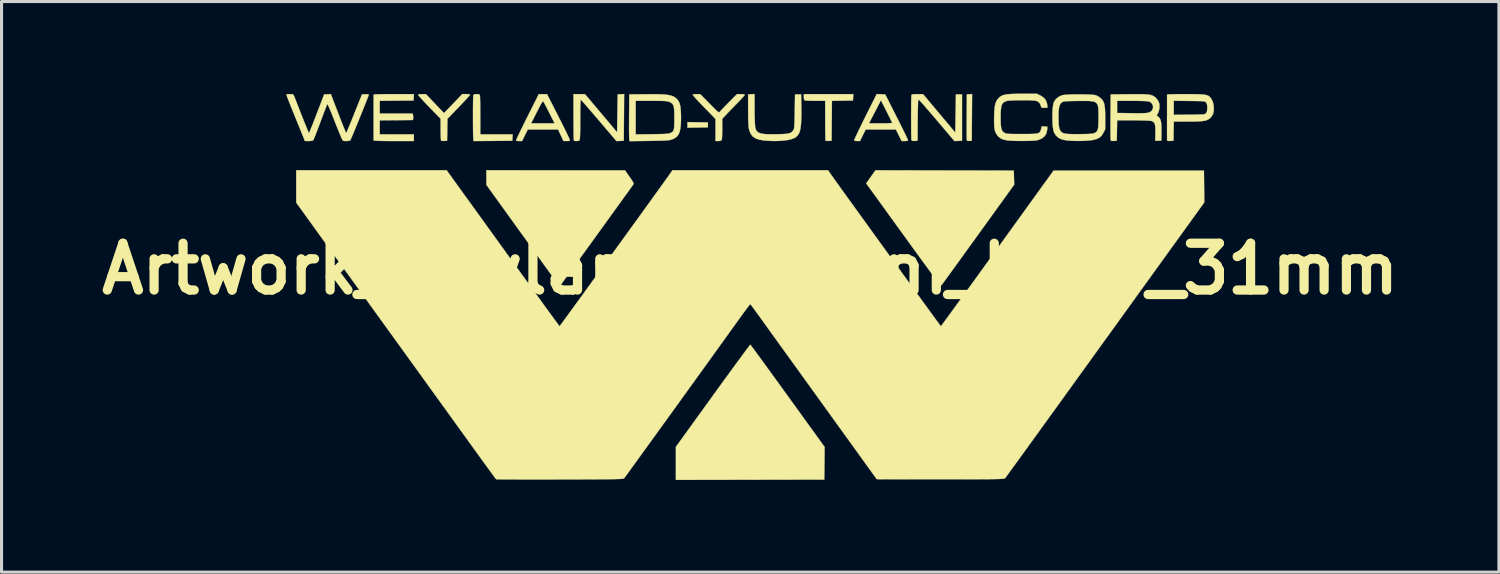
<source format=kicad_pcb>
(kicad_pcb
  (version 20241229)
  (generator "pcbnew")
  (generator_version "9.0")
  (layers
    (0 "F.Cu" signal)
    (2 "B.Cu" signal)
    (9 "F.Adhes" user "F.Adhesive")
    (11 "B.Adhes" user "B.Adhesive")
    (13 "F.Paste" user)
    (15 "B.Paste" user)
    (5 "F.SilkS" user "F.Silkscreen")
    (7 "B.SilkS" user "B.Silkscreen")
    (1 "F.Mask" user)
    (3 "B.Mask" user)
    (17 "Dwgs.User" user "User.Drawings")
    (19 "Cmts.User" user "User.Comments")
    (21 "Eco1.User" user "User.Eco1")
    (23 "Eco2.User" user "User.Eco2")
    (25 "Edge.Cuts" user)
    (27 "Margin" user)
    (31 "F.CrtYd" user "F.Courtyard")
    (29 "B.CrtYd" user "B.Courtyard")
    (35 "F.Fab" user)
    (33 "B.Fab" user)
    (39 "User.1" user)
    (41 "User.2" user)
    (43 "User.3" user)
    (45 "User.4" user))
  (footprint "Artwork_Weyland-Yutani_Logo_31mm"
    (layer "F.Cu")
    (at 21.38 6.305)
    (property "Reference" "Artwork_Weyland-Yutani_Logo_31mm" (at 0 -0.6 0) (layer "F.SilkS") (effects (font (size 1.524 1.524) (thickness 0.3))))
    (attr through_hole)
    (fp_poly (pts (xy -1.712 -5.373) (xy -1.379 -5.368) (xy -1.379 -5.209) (xy -2.044 -5.198) (xy -2.044 -5.379) (xy -1.712 -5.373)) (stroke (width 0.01) (type solid)) (fill yes) (layer "F.SilkS"))
    (fp_poly (pts (xy 7.213 -4.772) (xy 7.139 -4.766) (xy 7.08 -4.769) (xy 7.054 -4.786) (xy 7.052 -4.811) (xy 7.05 -4.872) (xy 7.049 -4.963) (xy 7.048 -5.079) (xy 7.048 -5.217) (xy 7.048 -5.372) (xy 7.049 -5.54) (xy 7.049 -5.546) (xy 7.054 -6.281) (xy 7.139 -6.287) (xy 7.224 -6.293) (xy 7.213 -4.772)) (stroke (width 0.01) (type solid)) (fill yes) (layer "F.SilkS"))
    (fp_poly (pts (xy 3.35 -6.186) (xy 3.344 -6.082) (xy 3.002 -6.077) (xy 2.66 -6.071) (xy 2.654 -5.422) (xy 2.649 -4.772) (xy 2.559 -4.767) (xy 2.502 -4.766) (xy 2.463 -4.771) (xy 2.455 -4.775) (xy 2.451 -4.797) (xy 2.448 -4.855) (xy 2.446 -4.942) (xy 2.443 -5.055) (xy 2.442 -5.188) (xy 2.441 -5.337) (xy 2.441 -5.431) (xy 2.441 -6.072) (xy 2.125 -6.072) (xy 2.015 -6.073) (xy 1.918 -6.075) (xy 1.84 -6.078) (xy 1.791 -6.082) (xy 1.778 -6.084) (xy 1.757 -6.106) (xy 1.747 -6.156) (xy 1.746 -6.193) (xy 1.746 -6.29) (xy 3.356 -6.29) (xy 3.35 -6.186)) (stroke (width 0.01) (type solid)) (fill yes) (layer "F.SilkS"))
    (fp_poly (pts (xy 0.017 1.886) (xy 0.052 1.933) (xy 0.107 2.007) (xy 0.181 2.108) (xy 0.272 2.232) (xy 0.378 2.377) (xy 0.499 2.542) (xy 0.631 2.724) (xy 0.774 2.922) (xy 0.927 3.132) (xy 1.087 3.354) (xy 1.22 3.538) (xy 2.422 5.201) (xy 2.411 6.261) (xy -0.005 6.266) (xy -2.421 6.271) (xy -2.421 5.196) (xy -1.217 3.53) (xy -1.052 3.301) (xy -0.893 3.082) (xy -0.742 2.875) (xy -0.6 2.681) (xy -0.47 2.502) (xy -0.352 2.342) (xy -0.249 2.201) (xy -0.161 2.082) (xy -0.09 1.988) (xy -0.038 1.92) (xy -0.007 1.88) (xy 0.003 1.87) (xy 0.017 1.886)) (stroke (width 0.01) (type solid)) (fill yes) (layer "F.SilkS"))
    (fp_poly (pts (xy -8.851 -6.288) (xy -8.82 -6.277) (xy -8.805 -6.252) (xy -8.803 -6.246) (xy -8.8 -6.215) (xy -8.798 -6.15) (xy -8.795 -6.056) (xy -8.793 -5.938) (xy -8.792 -5.802) (xy -8.791 -5.652) (xy -8.791 -5.591) (xy -8.791 -4.981) (xy -7.737 -4.981) (xy -7.749 -4.772) (xy -8.377 -4.767) (xy -9.004 -4.762) (xy -9.016 -4.807) (xy -9.019 -4.838) (xy -9.022 -4.903) (xy -9.024 -4.995) (xy -9.026 -5.11) (xy -9.027 -5.242) (xy -9.028 -5.385) (xy -9.028 -5.533) (xy -9.028 -5.682) (xy -9.028 -5.825) (xy -9.026 -5.956) (xy -9.025 -6.071) (xy -9.023 -6.163) (xy -9.02 -6.228) (xy -9.017 -6.258) (xy -9.017 -6.259) (xy -8.994 -6.28) (xy -8.943 -6.29) (xy -8.91 -6.29) (xy -8.851 -6.288)) (stroke (width 0.01) (type solid)) (fill yes) (layer "F.SilkS"))
    (fp_poly (pts (xy -9.253 -6.291) (xy -9.188 -6.289) (xy -9.14 -6.283) (xy -9.121 -6.276) (xy -9.132 -6.258) (xy -9.167 -6.216) (xy -9.223 -6.153) (xy -9.297 -6.073) (xy -9.384 -5.981) (xy -9.481 -5.879) (xy -9.486 -5.874) (xy -9.86 -5.487) (xy -9.866 -5.13) (xy -9.872 -4.772) (xy -9.962 -4.767) (xy -10.019 -4.766) (xy -10.059 -4.771) (xy -10.066 -4.775) (xy -10.071 -4.798) (xy -10.075 -4.855) (xy -10.078 -4.938) (xy -10.081 -5.04) (xy -10.081 -5.138) (xy -10.082 -5.487) (xy -10.447 -5.864) (xy -10.545 -5.965) (xy -10.633 -6.058) (xy -10.707 -6.139) (xy -10.765 -6.203) (xy -10.802 -6.247) (xy -10.814 -6.266) (xy -10.799 -6.281) (xy -10.751 -6.289) (xy -10.688 -6.29) (xy -10.561 -6.29) (xy -10.267 -5.981) (xy -9.972 -5.671) (xy -9.674 -5.981) (xy -9.376 -6.292) (xy -9.253 -6.291)) (stroke (width 0.01) (type solid)) (fill yes) (layer "F.SilkS"))
    (fp_poly (pts (xy -10.958 -6.186) (xy -10.964 -6.082) (xy -12.065 -6.072) (xy -12.065 -5.655) (xy -10.994 -5.655) (xy -10.982 -5.608) (xy -10.976 -5.552) (xy -10.977 -5.504) (xy -10.984 -5.447) (xy -11.524 -5.442) (xy -12.065 -5.437) (xy -12.065 -4.981) (xy -10.954 -4.981) (xy -10.954 -4.763) (xy -11.609 -4.763) (xy -11.807 -4.763) (xy -11.97 -4.765) (xy -12.099 -4.768) (xy -12.192 -4.772) (xy -12.247 -4.777) (xy -12.264 -4.782) (xy -12.264 -4.806) (xy -12.264 -4.865) (xy -12.264 -4.954) (xy -12.264 -5.07) (xy -12.264 -5.207) (xy -12.264 -5.361) (xy -12.264 -5.526) (xy -12.264 -5.693) (xy -12.264 -5.846) (xy -12.264 -5.983) (xy -12.264 -6.099) (xy -12.264 -6.188) (xy -12.264 -6.247) (xy -12.264 -6.271) (xy -12.244 -6.277) (xy -12.186 -6.282) (xy -12.09 -6.285) (xy -11.958 -6.288) (xy -11.792 -6.29) (xy -11.608 -6.29) (xy -10.952 -6.29) (xy -10.958 -6.186)) (stroke (width 0.01) (type solid)) (fill yes) (layer "F.SilkS"))
    (fp_poly (pts (xy -4.118 -4.772) (xy -4.356 -4.761) (xy -4.93 -5.436) (xy -5.05 -5.576) (xy -5.161 -5.706) (xy -5.263 -5.823) (xy -5.351 -5.925) (xy -5.423 -6.007) (xy -5.478 -6.068) (xy -5.511 -6.103) (xy -5.521 -6.112) (xy -5.524 -6.093) (xy -5.528 -6.039) (xy -5.531 -5.954) (xy -5.533 -5.844) (xy -5.535 -5.712) (xy -5.536 -5.565) (xy -5.536 -5.461) (xy -5.537 -5.268) (xy -5.538 -5.111) (xy -5.541 -4.989) (xy -5.544 -4.898) (xy -5.549 -4.835) (xy -5.555 -4.799) (xy -5.56 -4.786) (xy -5.594 -4.771) (xy -5.647 -4.763) (xy -5.701 -4.764) (xy -5.738 -4.773) (xy -5.741 -4.776) (xy -5.744 -4.798) (xy -5.747 -4.855) (xy -5.75 -4.944) (xy -5.752 -5.058) (xy -5.753 -5.195) (xy -5.754 -5.349) (xy -5.755 -5.517) (xy -5.755 -5.54) (xy -5.755 -6.29) (xy -5.383 -6.29) (xy -4.859 -5.669) (xy -4.336 -5.048) (xy -4.326 -5.664) (xy -4.316 -6.281) (xy -4.212 -6.287) (xy -4.107 -6.293) (xy -4.118 -4.772)) (stroke (width 0.01) (type solid)) (fill yes) (layer "F.SilkS"))
    (fp_poly (pts (xy 6.33 -3.805) (xy 8.582 -3.8) (xy 8.588 -3.571) (xy 8.594 -3.342) (xy 7.421 -1.716) (xy 7.257 -1.489) (xy 7.1 -1.272) (xy 6.951 -1.065) (xy 6.811 -0.872) (xy 6.682 -0.694) (xy 6.566 -0.533) (xy 6.464 -0.393) (xy 6.378 -0.274) (xy 6.309 -0.18) (xy 6.259 -0.112) (xy 6.23 -0.073) (xy 6.223 -0.063) (xy 6.215 -0.064) (xy 6.199 -0.077) (xy 6.174 -0.103) (xy 6.139 -0.145) (xy 6.093 -0.203) (xy 6.033 -0.28) (xy 5.96 -0.377) (xy 5.872 -0.495) (xy 5.768 -0.637) (xy 5.646 -0.803) (xy 5.505 -0.996) (xy 5.345 -1.217) (xy 5.163 -1.468) (xy 5.045 -1.631) (xy 4.882 -1.857) (xy 4.724 -2.074) (xy 4.574 -2.281) (xy 4.433 -2.476) (xy 4.303 -2.656) (xy 4.185 -2.819) (xy 4.082 -2.962) (xy 3.994 -3.083) (xy 3.923 -3.181) (xy 3.872 -3.252) (xy 3.841 -3.294) (xy 3.834 -3.304) (xy 3.775 -3.383) (xy 3.927 -3.597) (xy 4.078 -3.81) (xy 6.33 -3.805)) (stroke (width 0.01) (type solid)) (fill yes) (layer "F.SilkS"))
    (fp_poly (pts (xy 4.395 -6.281) (xy 4.767 -5.546) (xy 4.847 -5.388) (xy 4.921 -5.24) (xy 4.987 -5.107) (xy 5.044 -4.991) (xy 5.089 -4.898) (xy 5.121 -4.831) (xy 5.137 -4.793) (xy 5.139 -4.787) (xy 5.121 -4.771) (xy 5.067 -4.763) (xy 5.035 -4.763) (xy 4.93 -4.763) (xy 4.743 -5.14) (xy 3.759 -5.14) (xy 3.572 -4.763) (xy 3.484 -4.763) (xy 3.428 -4.766) (xy 3.391 -4.776) (xy 3.384 -4.781) (xy 3.39 -4.802) (xy 3.412 -4.855) (xy 3.449 -4.936) (xy 3.498 -5.041) (xy 3.558 -5.166) (xy 3.627 -5.308) (xy 3.642 -5.338) (xy 3.866 -5.338) (xy 4.245 -5.338) (xy 4.363 -5.339) (xy 4.465 -5.341) (xy 4.547 -5.344) (xy 4.601 -5.348) (xy 4.622 -5.352) (xy 4.623 -5.353) (xy 4.614 -5.374) (xy 4.59 -5.426) (xy 4.553 -5.501) (xy 4.506 -5.596) (xy 4.452 -5.703) (xy 4.439 -5.73) (xy 4.256 -6.092) (xy 4.061 -5.715) (xy 3.866 -5.338) (xy 3.642 -5.338) (xy 3.703 -5.462) (xy 3.745 -5.546) (xy 4.118 -6.292) (xy 4.395 -6.281)) (stroke (width 0.01) (type solid)) (fill yes) (layer "F.SilkS"))
    (fp_poly (pts (xy -6.618 -6.29) (xy -6.246 -5.559) (xy -6.166 -5.4) (xy -6.091 -5.252) (xy -6.025 -5.118) (xy -5.968 -5.002) (xy -5.923 -4.908) (xy -5.892 -4.84) (xy -5.875 -4.801) (xy -5.874 -4.795) (xy -5.882 -4.775) (xy -5.911 -4.766) (xy -5.971 -4.763) (xy -5.978 -4.763) (xy -6.082 -4.764) (xy -6.17 -4.952) (xy -6.258 -5.14) (xy -7.243 -5.14) (xy -7.431 -4.763) (xy -7.524 -4.763) (xy -7.581 -4.765) (xy -7.619 -4.773) (xy -7.627 -4.777) (xy -7.62 -4.798) (xy -7.597 -4.85) (xy -7.56 -4.93) (xy -7.511 -5.034) (xy -7.45 -5.158) (xy -7.381 -5.3) (xy -7.362 -5.338) (xy -7.137 -5.338) (xy -6.37 -5.338) (xy -6.537 -5.67) (xy -6.591 -5.778) (xy -6.641 -5.875) (xy -6.684 -5.956) (xy -6.715 -6.013) (xy -6.732 -6.04) (xy -6.743 -6.051) (xy -6.755 -6.05) (xy -6.771 -6.035) (xy -6.794 -6) (xy -6.827 -5.944) (xy -6.871 -5.86) (xy -6.929 -5.747) (xy -6.949 -5.708) (xy -7.137 -5.338) (xy -7.362 -5.338) (xy -7.304 -5.454) (xy -7.261 -5.541) (xy -6.885 -6.29) (xy -6.618 -6.29)) (stroke (width 0.01) (type solid)) (fill yes) (layer "F.SilkS"))
    (fp_poly (pts (xy -6.335 -3.809) (xy -4.078 -3.808) (xy -3.931 -3.598) (xy -3.869 -3.509) (xy -3.829 -3.446) (xy -3.807 -3.403) (xy -3.8 -3.374) (xy -3.805 -3.354) (xy -3.806 -3.353) (xy -3.82 -3.332) (xy -3.856 -3.282) (xy -3.912 -3.204) (xy -3.984 -3.103) (xy -4.073 -2.981) (xy -4.175 -2.839) (xy -4.289 -2.681) (xy -4.412 -2.51) (xy -4.544 -2.328) (xy -4.682 -2.137) (xy -4.824 -1.94) (xy -4.968 -1.741) (xy -5.112 -1.541) (xy -5.256 -1.343) (xy -5.395 -1.15) (xy -5.53 -0.964) (xy -5.657 -0.788) (xy -5.775 -0.625) (xy -5.883 -0.477) (xy -5.977 -0.347) (xy -6.057 -0.237) (xy -6.119 -0.151) (xy -6.164 -0.09) (xy -6.188 -0.057) (xy -6.192 -0.053) (xy -6.21 -0.059) (xy -6.244 -0.09) (xy -6.286 -0.141) (xy -6.286 -0.142) (xy -6.309 -0.173) (xy -6.353 -0.234) (xy -6.417 -0.323) (xy -6.5 -0.436) (xy -6.598 -0.572) (xy -6.711 -0.728) (xy -6.836 -0.902) (xy -6.973 -1.091) (xy -7.119 -1.293) (xy -7.272 -1.506) (xy -7.431 -1.726) (xy -7.479 -1.792) (xy -8.592 -3.336) (xy -8.592 -3.81) (xy -6.335 -3.809)) (stroke (width 0.01) (type solid)) (fill yes) (layer "F.SilkS"))
    (fp_poly (pts (xy 5.626 -6.29) (xy 6.152 -5.663) (xy 6.677 -5.037) (xy 6.687 -5.659) (xy 6.697 -6.281) (xy 6.896 -6.281) (xy 6.896 -4.772) (xy 6.774 -4.767) (xy 6.651 -4.761) (xy 6.141 -5.362) (xy 5.993 -5.535) (xy 5.869 -5.681) (xy 5.766 -5.8) (xy 5.683 -5.897) (xy 5.617 -5.972) (xy 5.566 -6.028) (xy 5.529 -6.068) (xy 5.502 -6.094) (xy 5.484 -6.107) (xy 5.474 -6.112) (xy 5.473 -6.112) (xy 5.469 -6.093) (xy 5.465 -6.039) (xy 5.462 -5.954) (xy 5.459 -5.843) (xy 5.456 -5.711) (xy 5.454 -5.562) (xy 5.452 -5.442) (xy 5.447 -4.772) (xy 5.355 -4.766) (xy 5.294 -4.766) (xy 5.262 -4.778) (xy 5.251 -4.793) (xy 5.248 -4.821) (xy 5.245 -4.882) (xy 5.243 -4.973) (xy 5.241 -5.086) (xy 5.24 -5.217) (xy 5.239 -5.359) (xy 5.239 -5.508) (xy 5.239 -5.657) (xy 5.24 -5.802) (xy 5.241 -5.936) (xy 5.242 -6.054) (xy 5.244 -6.15) (xy 5.247 -6.219) (xy 5.25 -6.256) (xy 5.251 -6.259) (xy 5.264 -6.274) (xy 5.294 -6.284) (xy 5.348 -6.289) (xy 5.434 -6.29) (xy 5.444 -6.29) (xy 5.626 -6.29)) (stroke (width 0.01) (type solid)) (fill yes) (layer "F.SilkS"))
    (fp_poly (pts (xy -1.326 -5.982) (xy -1.227 -5.881) (xy -1.151 -5.805) (xy -1.095 -5.752) (xy -1.056 -5.718) (xy -1.03 -5.701) (xy -1.012 -5.698) (xy -1.001 -5.704) (xy -0.997 -5.709) (xy -0.975 -5.734) (xy -0.93 -5.782) (xy -0.867 -5.848) (xy -0.79 -5.927) (xy -0.704 -6.013) (xy -0.7 -6.018) (xy -0.43 -6.29) (xy -0.304 -6.29) (xy -0.225 -6.287) (xy -0.185 -6.276) (xy -0.179 -6.267) (xy -0.192 -6.246) (xy -0.229 -6.202) (xy -0.286 -6.14) (xy -0.358 -6.063) (xy -0.441 -5.977) (xy -0.453 -5.965) (xy -0.545 -5.871) (xy -0.635 -5.779) (xy -0.715 -5.696) (xy -0.779 -5.628) (xy -0.82 -5.584) (xy -0.913 -5.483) (xy -0.913 -5.146) (xy -0.914 -5.005) (xy -0.918 -4.9) (xy -0.924 -4.83) (xy -0.932 -4.793) (xy -0.937 -4.786) (xy -0.97 -4.771) (xy -1.025 -4.763) (xy -1.046 -4.763) (xy -1.131 -4.763) (xy -1.131 -5.481) (xy -1.508 -5.868) (xy -1.607 -5.97) (xy -1.695 -6.064) (xy -1.769 -6.144) (xy -1.826 -6.209) (xy -1.862 -6.252) (xy -1.874 -6.272) (xy -1.874 -6.273) (xy -1.85 -6.282) (xy -1.798 -6.289) (xy -1.746 -6.29) (xy -1.63 -6.29) (xy -1.326 -5.982)) (stroke (width 0.01) (type solid)) (fill yes) (layer "F.SilkS"))
    (fp_poly (pts (xy 0.141 -5.79) (xy 0.142 -5.624) (xy 0.146 -5.477) (xy 0.151 -5.354) (xy 0.157 -5.259) (xy 0.164 -5.198) (xy 0.166 -5.19) (xy 0.185 -5.129) (xy 0.214 -5.081) (xy 0.258 -5.044) (xy 0.32 -5.016) (xy 0.404 -4.997) (xy 0.514 -4.986) (xy 0.654 -4.982) (xy 0.827 -4.983) (xy 0.908 -4.984) (xy 1.048 -4.989) (xy 1.155 -4.995) (xy 1.235 -5.006) (xy 1.293 -5.021) (xy 1.337 -5.044) (xy 1.371 -5.074) (xy 1.397 -5.106) (xy 1.409 -5.125) (xy 1.419 -5.146) (xy 1.427 -5.176) (xy 1.433 -5.219) (xy 1.437 -5.279) (xy 1.441 -5.361) (xy 1.444 -5.471) (xy 1.447 -5.613) (xy 1.449 -5.721) (xy 1.459 -6.281) (xy 1.657 -6.281) (xy 1.663 -5.844) (xy 1.664 -5.627) (xy 1.66 -5.445) (xy 1.651 -5.295) (xy 1.636 -5.174) (xy 1.613 -5.077) (xy 1.581 -5) (xy 1.541 -4.941) (xy 1.491 -4.894) (xy 1.429 -4.857) (xy 1.428 -4.856) (xy 1.329 -4.82) (xy 1.199 -4.792) (xy 1.044 -4.774) (xy 0.872 -4.764) (xy 0.689 -4.765) (xy 0.503 -4.776) (xy 0.428 -4.784) (xy 0.279 -4.811) (xy 0.163 -4.855) (xy 0.075 -4.919) (xy 0.01 -5.007) (xy -0.032 -5.115) (xy -0.043 -5.158) (xy -0.051 -5.209) (xy -0.057 -5.273) (xy -0.062 -5.357) (xy -0.065 -5.464) (xy -0.067 -5.601) (xy -0.068 -5.755) (xy -0.069 -6.281) (xy 0.139 -6.293) (xy 0.141 -5.79)) (stroke (width 0.01) (type solid)) (fill yes) (layer "F.SilkS"))
    (fp_poly (pts (xy -2.993 -6.286) (xy -2.847 -6.28) (xy -2.727 -6.27) (xy -2.631 -6.255) (xy -2.553 -6.234) (xy -2.489 -6.207) (xy -2.436 -6.171) (xy -2.388 -6.128) (xy -2.366 -6.104) (xy -2.327 -6.048) (xy -2.297 -5.978) (xy -2.276 -5.889) (xy -2.262 -5.775) (xy -2.256 -5.63) (xy -2.254 -5.507) (xy -2.259 -5.325) (xy -2.273 -5.177) (xy -2.3 -5.06) (xy -2.34 -4.969) (xy -2.397 -4.9) (xy -2.471 -4.848) (xy -2.561 -4.811) (xy -2.597 -4.8) (xy -2.64 -4.792) (xy -2.695 -4.786) (xy -2.765 -4.78) (xy -2.857 -4.776) (xy -2.974 -4.773) (xy -3.122 -4.77) (xy -3.298 -4.767) (xy -3.927 -4.759) (xy -3.939 -4.805) (xy -3.941 -4.836) (xy -3.943 -4.901) (xy -3.944 -4.978) (xy -3.731 -4.978) (xy -3.2 -4.985) (xy -3.034 -4.987) (xy -2.903 -4.99) (xy -2.802 -4.993) (xy -2.726 -4.998) (xy -2.671 -5.004) (xy -2.63 -5.012) (xy -2.6 -5.022) (xy -2.596 -5.024) (xy -2.555 -5.045) (xy -2.523 -5.069) (xy -2.501 -5.102) (xy -2.486 -5.149) (xy -2.477 -5.217) (xy -2.472 -5.31) (xy -2.471 -5.434) (xy -2.471 -5.507) (xy -2.472 -5.655) (xy -2.476 -5.769) (xy -2.485 -5.854) (xy -2.5 -5.917) (xy -2.524 -5.962) (xy -2.557 -5.995) (xy -2.601 -6.022) (xy -2.626 -6.034) (xy -2.655 -6.045) (xy -2.688 -6.054) (xy -2.73 -6.061) (xy -2.786 -6.066) (xy -2.862 -6.069) (xy -2.964 -6.071) (xy -3.095 -6.072) (xy -3.22 -6.072) (xy -3.731 -6.072) (xy -3.731 -4.978) (xy -3.944 -4.978) (xy -3.945 -4.996) (xy -3.946 -5.116) (xy -3.946 -5.256) (xy -3.945 -5.413) (xy -3.945 -5.566) (xy -3.939 -6.281) (xy -3.383 -6.286) (xy -3.17 -6.287) (xy -2.993 -6.286)) (stroke (width 0.01) (type solid)) (fill yes) (layer "F.SilkS"))
    (fp_poly (pts (xy 12.677 -6.288) (xy 12.805 -6.286) (xy 12.908 -6.281) (xy 12.988 -6.272) (xy 13.051 -6.259) (xy 13.102 -6.242) (xy 13.144 -6.219) (xy 13.182 -6.19) (xy 13.207 -6.168) (xy 13.282 -6.078) (xy 13.321 -5.976) (xy 13.326 -5.857) (xy 13.315 -5.784) (xy 13.296 -5.716) (xy 13.273 -5.66) (xy 13.258 -5.638) (xy 13.236 -5.612) (xy 13.243 -5.592) (xy 13.272 -5.567) (xy 13.317 -5.525) (xy 13.35 -5.471) (xy 13.373 -5.401) (xy 13.386 -5.308) (xy 13.391 -5.186) (xy 13.39 -5.066) (xy 13.385 -4.772) (xy 13.186 -4.772) (xy 13.193 -5.012) (xy 13.194 -5.146) (xy 13.188 -5.246) (xy 13.173 -5.318) (xy 13.147 -5.367) (xy 13.109 -5.398) (xy 13.064 -5.416) (xy 13.02 -5.422) (xy 12.942 -5.428) (xy 12.835 -5.432) (xy 12.702 -5.435) (xy 12.55 -5.437) (xy 12.467 -5.437) (xy 11.947 -5.437) (xy 11.941 -5.105) (xy 11.936 -4.772) (xy 11.842 -4.766) (xy 11.773 -4.767) (xy 11.74 -4.782) (xy 11.737 -4.786) (xy 11.735 -4.811) (xy 11.733 -4.872) (xy 11.732 -4.963) (xy 11.731 -5.079) (xy 11.731 -5.217) (xy 11.731 -5.372) (xy 11.732 -5.54) (xy 11.732 -5.546) (xy 11.733 -5.676) (xy 11.946 -5.676) (xy 12.368 -5.67) (xy 12.538 -5.667) (xy 12.674 -5.667) (xy 12.779 -5.668) (xy 12.86 -5.672) (xy 12.921 -5.678) (xy 12.967 -5.687) (xy 13.003 -5.698) (xy 13.022 -5.707) (xy 13.081 -5.757) (xy 13.112 -5.823) (xy 13.116 -5.896) (xy 13.093 -5.965) (xy 13.044 -6.021) (xy 12.983 -6.051) (xy 12.941 -6.057) (xy 12.866 -6.063) (xy 12.763 -6.067) (xy 12.638 -6.07) (xy 12.499 -6.072) (xy 12.427 -6.072) (xy 11.946 -6.072) (xy 11.946 -5.676) (xy 11.733 -5.676) (xy 11.738 -6.281) (xy 12.323 -6.287) (xy 12.517 -6.288) (xy 12.677 -6.288)) (stroke (width 0.01) (type solid)) (fill yes) (layer "F.SilkS"))
    (fp_poly (pts (xy 14.173 -6.29) (xy 14.36 -6.289) (xy 14.512 -6.287) (xy 14.632 -6.284) (xy 14.727 -6.279) (xy 14.799 -6.271) (xy 14.855 -6.259) (xy 14.897 -6.245) (xy 14.931 -6.226) (xy 14.961 -6.202) (xy 14.966 -6.198) (xy 15.025 -6.121) (xy 15.07 -6.016) (xy 15.094 -5.893) (xy 15.094 -5.888) (xy 15.094 -5.746) (xy 15.064 -5.63) (xy 15.004 -5.538) (xy 14.989 -5.523) (xy 14.946 -5.486) (xy 14.899 -5.457) (xy 14.844 -5.435) (xy 14.775 -5.419) (xy 14.687 -5.409) (xy 14.575 -5.402) (xy 14.433 -5.398) (xy 14.257 -5.398) (xy 14.255 -5.397) (xy 13.792 -5.397) (xy 13.787 -5.085) (xy 13.781 -4.772) (xy 13.677 -4.766) (xy 13.616 -4.765) (xy 13.584 -4.771) (xy 13.573 -4.787) (xy 13.573 -4.796) (xy 13.573 -4.822) (xy 13.573 -4.881) (xy 13.572 -4.969) (xy 13.572 -5.081) (xy 13.572 -5.21) (xy 13.572 -5.352) (xy 13.572 -5.5) (xy 13.573 -5.614) (xy 13.791 -5.614) (xy 14.299 -5.62) (xy 14.454 -5.622) (xy 14.574 -5.624) (xy 14.664 -5.626) (xy 14.729 -5.629) (xy 14.774 -5.634) (xy 14.803 -5.641) (xy 14.822 -5.65) (xy 14.836 -5.662) (xy 14.845 -5.673) (xy 14.869 -5.716) (xy 14.88 -5.777) (xy 14.883 -5.844) (xy 14.879 -5.927) (xy 14.864 -5.984) (xy 14.845 -6.015) (xy 14.833 -6.03) (xy 14.818 -6.041) (xy 14.797 -6.049) (xy 14.764 -6.055) (xy 14.714 -6.06) (xy 14.643 -6.063) (xy 14.546 -6.065) (xy 14.417 -6.067) (xy 14.299 -6.068) (xy 13.791 -6.074) (xy 13.791 -5.614) (xy 13.573 -5.614) (xy 13.573 -5.65) (xy 13.573 -5.795) (xy 13.573 -5.931) (xy 13.573 -6.052) (xy 13.573 -6.152) (xy 13.573 -6.226) (xy 13.573 -6.268) (xy 13.573 -6.276) (xy 13.592 -6.279) (xy 13.646 -6.283) (xy 13.73 -6.285) (xy 13.839 -6.288) (xy 13.969 -6.289) (xy 14.114 -6.29) (xy 14.173 -6.29)) (stroke (width 0.01) (type solid)) (fill yes) (layer "F.SilkS"))
    (fp_poly (pts (xy 9.456 -6.241) (xy 9.56 -6.171) (xy 9.63 -6.082) (xy 9.666 -5.974) (xy 9.67 -5.929) (xy 9.674 -5.844) (xy 9.575 -5.844) (xy 9.517 -5.846) (xy 9.486 -5.855) (xy 9.471 -5.879) (xy 9.464 -5.909) (xy 9.43 -5.992) (xy 9.367 -6.048) (xy 9.309 -6.072) (xy 9.261 -6.079) (xy 9.181 -6.085) (xy 9.078 -6.089) (xy 8.959 -6.091) (xy 8.833 -6.091) (xy 8.706 -6.09) (xy 8.588 -6.087) (xy 8.486 -6.083) (xy 8.408 -6.077) (xy 8.364 -6.07) (xy 8.297 -6.047) (xy 8.245 -6.015) (xy 8.207 -5.971) (xy 8.181 -5.908) (xy 8.165 -5.821) (xy 8.156 -5.705) (xy 8.153 -5.556) (xy 8.153 -5.54) (xy 8.155 -5.392) (xy 8.16 -5.277) (xy 8.171 -5.191) (xy 8.188 -5.128) (xy 8.214 -5.083) (xy 8.249 -5.049) (xy 8.275 -5.031) (xy 8.299 -5.019) (xy 8.325 -5.009) (xy 8.359 -5.002) (xy 8.406 -4.997) (xy 8.472 -4.994) (xy 8.561 -4.992) (xy 8.679 -4.991) (xy 8.832 -4.991) (xy 8.841 -4.991) (xy 9.009 -4.991) (xy 9.142 -4.993) (xy 9.244 -4.997) (xy 9.32 -5.005) (xy 9.374 -5.018) (xy 9.412 -5.037) (xy 9.437 -5.063) (xy 9.454 -5.097) (xy 9.467 -5.141) (xy 9.47 -5.151) (xy 9.494 -5.241) (xy 9.584 -5.235) (xy 9.674 -5.229) (xy 9.669 -5.132) (xy 9.645 -5.017) (xy 9.587 -4.921) (xy 9.498 -4.848) (xy 9.38 -4.798) (xy 9.318 -4.784) (xy 9.255 -4.777) (xy 9.16 -4.771) (xy 9.043 -4.768) (xy 8.913 -4.766) (xy 8.778 -4.766) (xy 8.646 -4.768) (xy 8.527 -4.772) (xy 8.428 -4.778) (xy 8.384 -4.782) (xy 8.259 -4.805) (xy 8.163 -4.844) (xy 8.085 -4.903) (xy 8.062 -4.928) (xy 8.018 -4.987) (xy 7.984 -5.051) (xy 7.961 -5.128) (xy 7.947 -5.223) (xy 7.941 -5.343) (xy 7.941 -5.494) (xy 7.942 -5.564) (xy 7.948 -5.72) (xy 7.958 -5.844) (xy 7.973 -5.94) (xy 7.995 -6.017) (xy 8.025 -6.079) (xy 8.065 -6.134) (xy 8.092 -6.163) (xy 8.134 -6.202) (xy 8.181 -6.233) (xy 8.237 -6.257) (xy 8.307 -6.275) (xy 8.397 -6.287) (xy 8.51 -6.295) (xy 8.652 -6.299) (xy 8.828 -6.3) (xy 8.86 -6.3) (xy 9.336 -6.3) (xy 9.456 -6.241)) (stroke (width 0.01) (type solid)) (fill yes) (layer "F.SilkS"))
    (fp_poly (pts (xy 10.812 -6.281) (xy 10.944 -6.279) (xy 11.062 -6.274) (xy 11.16 -6.268) (xy 11.228 -6.259) (xy 11.248 -6.255) (xy 11.315 -6.225) (xy 11.385 -6.18) (xy 11.411 -6.158) (xy 11.458 -6.11) (xy 11.494 -6.056) (xy 11.521 -5.991) (xy 11.539 -5.91) (xy 11.551 -5.806) (xy 11.557 -5.674) (xy 11.559 -5.508) (xy 11.559 -5.507) (xy 11.559 -5.149) (xy 11.499 -5.03) (xy 11.445 -4.943) (xy 11.376 -4.878) (xy 11.287 -4.831) (xy 11.17 -4.799) (xy 11.061 -4.783) (xy 10.919 -4.772) (xy 10.752 -4.766) (xy 10.579 -4.767) (xy 10.413 -4.774) (xy 10.308 -4.783) (xy 10.161 -4.811) (xy 10.044 -4.863) (xy 9.956 -4.94) (xy 9.893 -5.044) (xy 9.891 -5.049) (xy 9.87 -5.126) (xy 9.853 -5.232) (xy 9.843 -5.36) (xy 9.838 -5.499) (xy 9.838 -5.546) (xy 10.037 -5.546) (xy 10.039 -5.398) (xy 10.046 -5.283) (xy 10.059 -5.195) (xy 10.08 -5.13) (xy 10.11 -5.082) (xy 10.13 -5.06) (xy 10.161 -5.036) (xy 10.199 -5.018) (xy 10.249 -5.004) (xy 10.317 -4.995) (xy 10.408 -4.99) (xy 10.526 -4.987) (xy 10.677 -4.987) (xy 10.745 -4.988) (xy 10.891 -4.99) (xy 11.003 -4.993) (xy 11.086 -4.998) (xy 11.147 -5.005) (xy 11.19 -5.015) (xy 11.213 -5.024) (xy 11.255 -5.046) (xy 11.286 -5.075) (xy 11.309 -5.116) (xy 11.325 -5.174) (xy 11.334 -5.255) (xy 11.339 -5.364) (xy 11.341 -5.506) (xy 11.341 -5.536) (xy 11.34 -5.682) (xy 11.337 -5.799) (xy 11.326 -5.889) (xy 11.304 -5.958) (xy 11.266 -6.007) (xy 11.21 -6.039) (xy 11.13 -6.058) (xy 11.024 -6.068) (xy 10.886 -6.07) (xy 10.714 -6.068) (xy 10.672 -6.068) (xy 10.523 -6.066) (xy 10.408 -6.064) (xy 10.322 -6.061) (xy 10.26 -6.056) (xy 10.216 -6.051) (xy 10.186 -6.043) (xy 10.164 -6.032) (xy 10.148 -6.022) (xy 10.108 -5.983) (xy 10.078 -5.932) (xy 10.058 -5.863) (xy 10.045 -5.77) (xy 10.038 -5.648) (xy 10.037 -5.546) (xy 9.838 -5.546) (xy 9.839 -5.64) (xy 9.845 -5.776) (xy 9.857 -5.896) (xy 9.875 -5.991) (xy 9.89 -6.036) (xy 9.945 -6.119) (xy 10.028 -6.192) (xy 10.129 -6.244) (xy 10.157 -6.254) (xy 10.212 -6.263) (xy 10.299 -6.271) (xy 10.41 -6.277) (xy 10.537 -6.28) (xy 10.674 -6.282) (xy 10.812 -6.281)) (stroke (width 0.01) (type solid)) (fill yes) (layer "F.SilkS"))
    (fp_poly (pts (xy -13.414 -5.656) (xy -13.356 -5.507) (xy -13.303 -5.37) (xy -13.255 -5.25) (xy -13.215 -5.151) (xy -13.184 -5.077) (xy -13.165 -5.032) (xy -13.158 -5.021) (xy -13.148 -5.039) (xy -13.126 -5.089) (xy -13.092 -5.168) (xy -13.049 -5.271) (xy -12.998 -5.394) (xy -12.942 -5.533) (xy -12.895 -5.651) (xy -12.643 -6.281) (xy -12.533 -6.286) (xy -12.462 -6.287) (xy -12.427 -6.278) (xy -12.422 -6.269) (xy -12.429 -6.245) (xy -12.45 -6.19) (xy -12.482 -6.108) (xy -12.523 -6.004) (xy -12.571 -5.882) (xy -12.625 -5.748) (xy -12.682 -5.607) (xy -12.74 -5.463) (xy -12.798 -5.321) (xy -12.854 -5.186) (xy -12.904 -5.063) (xy -12.949 -4.957) (xy -12.985 -4.873) (xy -13.01 -4.815) (xy -13.023 -4.788) (xy -13.024 -4.787) (xy -13.053 -4.774) (xy -13.107 -4.765) (xy -13.171 -4.762) (xy -13.23 -4.766) (xy -13.261 -4.774) (xy -13.275 -4.794) (xy -13.301 -4.847) (xy -13.338 -4.929) (xy -13.382 -5.034) (xy -13.433 -5.159) (xy -13.489 -5.298) (xy -13.525 -5.389) (xy -13.595 -5.568) (xy -13.654 -5.716) (xy -13.703 -5.831) (xy -13.739 -5.911) (xy -13.763 -5.957) (xy -13.775 -5.967) (xy -13.785 -5.942) (xy -13.808 -5.884) (xy -13.84 -5.799) (xy -13.881 -5.692) (xy -13.929 -5.566) (xy -13.98 -5.428) (xy -13.999 -5.378) (xy -14.052 -5.236) (xy -14.102 -5.105) (xy -14.146 -4.991) (xy -14.183 -4.898) (xy -14.211 -4.831) (xy -14.228 -4.794) (xy -14.23 -4.789) (xy -14.267 -4.772) (xy -14.339 -4.763) (xy -14.377 -4.763) (xy -14.5 -4.763) (xy -14.793 -5.482) (xy -14.858 -5.643) (xy -14.918 -5.793) (xy -14.973 -5.929) (xy -15.019 -6.046) (xy -15.056 -6.14) (xy -15.082 -6.207) (xy -15.094 -6.243) (xy -15.095 -6.246) (xy -15.098 -6.271) (xy -15.087 -6.284) (xy -15.052 -6.29) (xy -14.993 -6.29) (xy -14.929 -6.289) (xy -14.892 -6.281) (xy -14.871 -6.261) (xy -14.855 -6.226) (xy -14.841 -6.192) (xy -14.815 -6.126) (xy -14.778 -6.033) (xy -14.733 -5.919) (xy -14.682 -5.788) (xy -14.626 -5.646) (xy -14.605 -5.591) (xy -14.549 -5.45) (xy -14.497 -5.322) (xy -14.452 -5.21) (xy -14.415 -5.121) (xy -14.387 -5.057) (xy -14.372 -5.024) (xy -14.369 -5.021) (xy -14.359 -5.038) (xy -14.337 -5.089) (xy -14.305 -5.169) (xy -14.263 -5.272) (xy -14.214 -5.396) (xy -14.16 -5.535) (xy -14.116 -5.651) (xy -13.874 -6.281) (xy -13.766 -6.286) (xy -13.658 -6.292) (xy -13.414 -5.656)) (stroke (width 0.01) (type solid)) (fill yes) (layer "F.SilkS"))
    (fp_poly (pts (xy -8.053 -1.27) (xy -7.849 -0.987) (xy -7.651 -0.713) (xy -7.46 -0.449) (xy -7.278 -0.197) (xy -7.106 0.04) (xy -6.945 0.262) (xy -6.797 0.466) (xy -6.663 0.652) (xy -6.543 0.816) (xy -6.44 0.958) (xy -6.354 1.075) (xy -6.287 1.166) (xy -6.24 1.23) (xy -6.214 1.264) (xy -6.209 1.27) (xy -6.197 1.254) (xy -6.163 1.208) (xy -6.108 1.134) (xy -6.035 1.035) (xy -5.945 0.911) (xy -5.839 0.766) (xy -5.72 0.602) (xy -5.587 0.419) (xy -5.444 0.222) (xy -5.291 0.011) (xy -5.13 -0.211) (xy -4.962 -0.442) (xy -4.79 -0.68) (xy -4.614 -0.922) (xy -4.436 -1.168) (xy -4.258 -1.414) (xy -4.081 -1.659) (xy -3.906 -1.9) (xy -3.736 -2.136) (xy -3.571 -2.363) (xy -3.414 -2.581) (xy -3.265 -2.787) (xy -3.127 -2.979) (xy -3 -3.155) (xy -2.887 -3.312) (xy -2.788 -3.45) (xy -2.706 -3.564) (xy -2.642 -3.654) (xy -2.597 -3.718) (xy -2.573 -3.752) (xy -2.571 -3.755) (xy -2.535 -3.81) (xy 2.535 -3.81) (xy 2.571 -3.755) (xy 2.592 -3.725) (xy 2.634 -3.665) (xy 2.696 -3.578) (xy 2.775 -3.467) (xy 2.872 -3.332) (xy 2.983 -3.177) (xy 3.108 -3.004) (xy 3.245 -2.814) (xy 3.392 -2.61) (xy 3.549 -2.393) (xy 3.712 -2.167) (xy 3.882 -1.932) (xy 4.056 -1.691) (xy 4.232 -1.447) (xy 4.411 -1.201) (xy 4.589 -0.955) (xy 4.765 -0.712) (xy 4.938 -0.473) (xy 5.106 -0.241) (xy 5.268 -0.018) (xy 5.422 0.195) (xy 5.567 0.394) (xy 5.701 0.578) (xy 5.822 0.745) (xy 5.93 0.893) (xy 6.022 1.019) (xy 6.098 1.122) (xy 6.155 1.199) (xy 6.192 1.249) (xy 6.207 1.269) (xy 6.207 1.269) (xy 6.22 1.253) (xy 6.255 1.207) (xy 6.311 1.131) (xy 6.386 1.029) (xy 6.479 0.902) (xy 6.589 0.751) (xy 6.715 0.577) (xy 6.855 0.384) (xy 7.009 0.173) (xy 7.174 -0.056) (xy 7.35 -0.299) (xy 7.536 -0.556) (xy 7.73 -0.824) (xy 7.931 -1.102) (xy 8.049 -1.266) (xy 9.877 -3.8) (xy 14.774 -3.8) (xy 14.779 -3.282) (xy 14.784 -2.764) (xy 13.597 -1.119) (xy 13.45 -0.915) (xy 13.281 -0.681) (xy 13.094 -0.422) (xy 12.891 -0.14) (xy 12.673 0.162) (xy 12.444 0.479) (xy 12.205 0.811) (xy 11.959 1.152) (xy 11.708 1.5) (xy 11.454 1.851) (xy 11.2 2.204) (xy 10.948 2.553) (xy 10.699 2.897) (xy 10.458 3.232) (xy 10.37 3.354) (xy 10.154 3.653) (xy 9.944 3.945) (xy 9.74 4.226) (xy 9.546 4.495) (xy 9.361 4.751) (xy 9.186 4.992) (xy 9.024 5.217) (xy 8.875 5.423) (xy 8.74 5.609) (xy 8.621 5.773) (xy 8.518 5.914) (xy 8.434 6.03) (xy 8.369 6.12) (xy 8.324 6.181) (xy 8.3 6.212) (xy 8.297 6.216) (xy 8.29 6.221) (xy 8.279 6.226) (xy 8.26 6.231) (xy 8.233 6.234) (xy 8.194 6.238) (xy 8.142 6.24) (xy 8.073 6.243) (xy 7.987 6.245) (xy 7.881 6.246) (xy 7.751 6.248) (xy 7.597 6.249) (xy 7.416 6.25) (xy 7.205 6.25) (xy 6.963 6.251) (xy 6.686 6.251) (xy 6.373 6.251) (xy 6.193 6.251) (xy 5.91 6.251) (xy 5.638 6.251) (xy 5.38 6.251) (xy 5.139 6.251) (xy 4.917 6.25) (xy 4.717 6.25) (xy 4.541 6.25) (xy 4.392 6.249) (xy 4.273 6.248) (xy 4.186 6.248) (xy 4.133 6.247) (xy 4.118 6.246) (xy 4.106 6.23) (xy 4.073 6.183) (xy 4.018 6.107) (xy 3.944 6.005) (xy 3.852 5.877) (xy 3.742 5.725) (xy 3.617 5.551) (xy 3.478 5.357) (xy 3.325 5.145) (xy 3.159 4.916) (xy 2.983 4.672) (xy 2.798 4.415) (xy 2.604 4.146) (xy 2.403 3.867) (xy 2.269 3.681) (xy 2.06 3.391) (xy 1.855 3.107) (xy 1.656 2.831) (xy 1.464 2.564) (xy 1.28 2.309) (xy 1.105 2.067) (xy 0.942 1.841) (xy 0.792 1.632) (xy 0.655 1.443) (xy 0.534 1.275) (xy 0.43 1.13) (xy 0.344 1.011) (xy 0.278 0.919) (xy 0.233 0.857) (xy 0.219 0.838) (xy 0.153 0.746) (xy 0.093 0.666) (xy 0.046 0.602) (xy 0.014 0.561) (xy 0.003 0.548) (xy -0.012 0.561) (xy -0.046 0.603) (xy -0.097 0.668) (xy -0.16 0.753) (xy -0.234 0.854) (xy -0.297 0.94) (xy -0.43 1.125) (xy -0.575 1.327) (xy -0.731 1.544) (xy -0.897 1.775) (xy -1.071 2.016) (xy -1.251 2.267) (xy -1.437 2.525) (xy -1.627 2.788) (xy -1.82 3.055) (xy -2.013 3.324) (xy -2.206 3.591) (xy -2.398 3.857) (xy -2.586 4.117) (xy -2.77 4.372) (xy -2.948 4.618) (xy -3.118 4.854) (xy -3.28 5.077) (xy -3.431 5.287) (xy -3.571 5.48) (xy -3.697 5.655) (xy -3.81 5.81) (xy -3.906 5.943) (xy -3.985 6.052) (xy -4.046 6.135) (xy -4.086 6.19) (xy -4.105 6.215) (xy -4.106 6.216) (xy -4.113 6.222) (xy -4.124 6.227) (xy -4.142 6.231) (xy -4.169 6.235) (xy -4.207 6.239) (xy -4.258 6.242) (xy -4.325 6.244) (xy -4.409 6.246) (xy -4.514 6.248) (xy -4.642 6.25) (xy -4.794 6.251) (xy -4.973 6.252) (xy -5.182 6.253) (xy -5.422 6.254) (xy -5.696 6.255) (xy -6.006 6.256) (xy -6.199 6.256) (xy -6.482 6.257) (xy -6.753 6.257) (xy -7.011 6.257) (xy -7.252 6.257) (xy -7.474 6.257) (xy -7.674 6.256) (xy -7.85 6.256) (xy -8 6.255) (xy -8.119 6.254) (xy -8.206 6.253) (xy -8.259 6.252) (xy -8.274 6.251) (xy -8.288 6.233) (xy -8.323 6.186) (xy -8.377 6.113) (xy -8.448 6.016) (xy -8.534 5.898) (xy -8.633 5.762) (xy -8.743 5.61) (xy -8.861 5.447) (xy -8.983 5.278) (xy -9.114 5.097) (xy -9.254 4.902) (xy -9.406 4.692) (xy -9.569 4.466) (xy -9.744 4.223) (xy -9.932 3.962) (xy -10.135 3.682) (xy -10.352 3.381) (xy -10.584 3.059) (xy -10.833 2.714) (xy -11.099 2.346) (xy -11.383 1.952) (xy -11.686 1.533) (xy -12.008 1.086) (xy -12.351 0.612) (xy -12.715 0.107) (xy -13.101 -0.427) (xy -13.312 -0.719) (xy -14.784 -2.758) (xy -14.784 -3.284) (xy -14.784 -3.81) (xy -9.886 -3.81) (xy -8.053 -1.27)) (stroke (width 0.01) (type solid)) (fill yes) (layer "F.SilkS")))
  (gr_rect
    (start -3 -3)
    (end 45.759 15.581)
    (stroke (width 0.1) (type default))
    (fill no)
    (layer "Edge.Cuts")))
</source>
